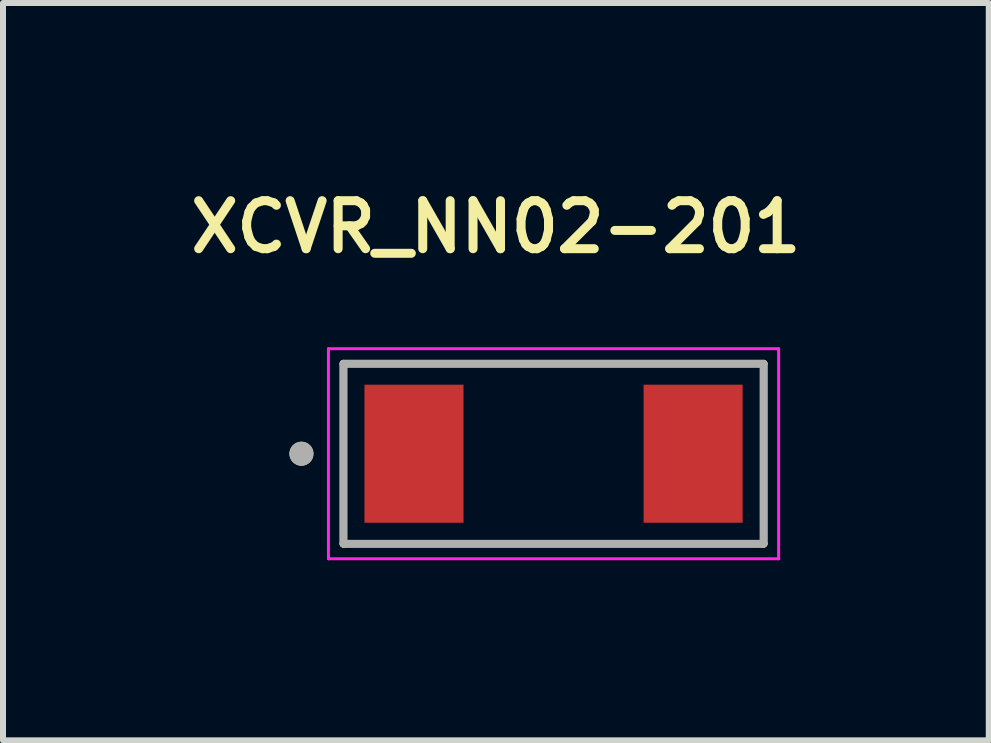
<source format=kicad_pcb>
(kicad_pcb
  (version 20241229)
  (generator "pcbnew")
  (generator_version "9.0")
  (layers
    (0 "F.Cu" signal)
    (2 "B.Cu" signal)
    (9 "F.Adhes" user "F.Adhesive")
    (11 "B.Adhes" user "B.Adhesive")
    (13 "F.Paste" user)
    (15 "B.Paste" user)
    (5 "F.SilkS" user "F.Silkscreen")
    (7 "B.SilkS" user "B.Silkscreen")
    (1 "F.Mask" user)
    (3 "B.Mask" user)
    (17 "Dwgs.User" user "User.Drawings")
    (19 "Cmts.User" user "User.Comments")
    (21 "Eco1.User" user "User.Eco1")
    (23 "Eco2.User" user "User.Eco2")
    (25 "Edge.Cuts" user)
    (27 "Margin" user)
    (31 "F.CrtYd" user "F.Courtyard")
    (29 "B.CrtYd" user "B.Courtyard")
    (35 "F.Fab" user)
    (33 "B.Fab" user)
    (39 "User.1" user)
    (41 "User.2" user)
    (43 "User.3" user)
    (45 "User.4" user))
  (footprint "XCVR_NN02-201"
    (layer "F.Cu")
    (at 6.172 4.509)
    (property "Reference" "XCVR_NN02-201" (at -0.96 -3.778 0) (layer "F.SilkS") (effects (font (size 0.8 0.8) (thickness 0.15))))
    (attr smd)
    (fp_line (start -3.5 -1.5) (end -3.5 1.5) (stroke (width 0.127) (type solid)) (layer "F.SilkS"))
    (fp_line (start -3.5 -1.5) (end 3.5 -1.5) (stroke (width 0.127) (type solid)) (layer "F.SilkS"))
    (fp_line (start 3.5 -1.5) (end 3.5 1.5) (stroke (width 0.127) (type solid)) (layer "F.SilkS"))
    (fp_line (start 3.5 1.5) (end -3.5 1.5) (stroke (width 0.127) (type solid)) (layer "F.SilkS"))
    (fp_circle (center -4.2 0) (end -4.1 0) (stroke (width 0.2) (type solid)) (fill no) (layer "F.SilkS"))
    (fp_line (start -3.75 -1.75) (end 3.75 -1.75) (stroke (width 0.05) (type solid)) (layer "F.CrtYd"))
    (fp_line (start -3.75 1.75) (end -3.75 -1.75) (stroke (width 0.05) (type solid)) (layer "F.CrtYd"))
    (fp_line (start 3.75 -1.75) (end 3.75 1.75) (stroke (width 0.05) (type solid)) (layer "F.CrtYd"))
    (fp_line (start 3.75 1.75) (end -3.75 1.75) (stroke (width 0.05) (type solid)) (layer "F.CrtYd"))
    (fp_line (start -3.5 -1.5) (end -3.5 1.5) (stroke (width 0.127) (type solid)) (layer "F.Fab"))
    (fp_line (start -3.5 1.5) (end 3.5 1.5) (stroke (width 0.127) (type solid)) (layer "F.Fab"))
    (fp_line (start 3.5 -1.5) (end -3.5 -1.5) (stroke (width 0.127) (type solid)) (layer "F.Fab"))
    (fp_line (start 3.5 1.5) (end 3.5 -1.5) (stroke (width 0.127) (type solid)) (layer "F.Fab"))
    (fp_circle (center -4.2 0) (end -4.1 0) (stroke (width 0.2) (type solid)) (fill no) (layer "F.Fab"))
    (pad "1" smd rect (at -2.325 0) (size 1.65 2.3) (layers "F.Cu" "F.Mask" "F.Paste"))
    (pad "2" smd rect (at 2.325 0) (size 1.65 2.3) (layers "F.Cu" "F.Mask" "F.Paste"))
    (zone (net_name "") (layer "F.Cu") (hatch full 0.508) (connect_pads) (min_thickness 0.01) (filled_areas_thickness no) (keepout (tracks not_allowed) (vias not_allowed) (pads not_allowed) (copperpour not_allowed) (footprints allowed)) (placement (enabled no)) (fill) (polygon (pts (xy 7.672 6.009) (xy 4.672 6.009) (xy 4.672 3.009) (xy 7.672 3.009))))
    (zone (net_name "") (layers "F.Cu" "B.Cu") (hatch full 0.508) (connect_pads) (min_thickness 0.01) (filled_areas_thickness no) (keepout (tracks allowed) (vias not_allowed) (pads allowed) (copperpour allowed) (footprints allowed)) (placement (enabled no)) (fill) (polygon (pts (xy 7.672 6.009) (xy 4.672 6.009) (xy 4.672 3.009) (xy 7.672 3.009)))))
  (gr_rect
    (start -3 -3)
    (end 13.423 9.284)
    (stroke (width 0.1) (type default))
    (fill no)
    (layer "Edge.Cuts")))
</source>
